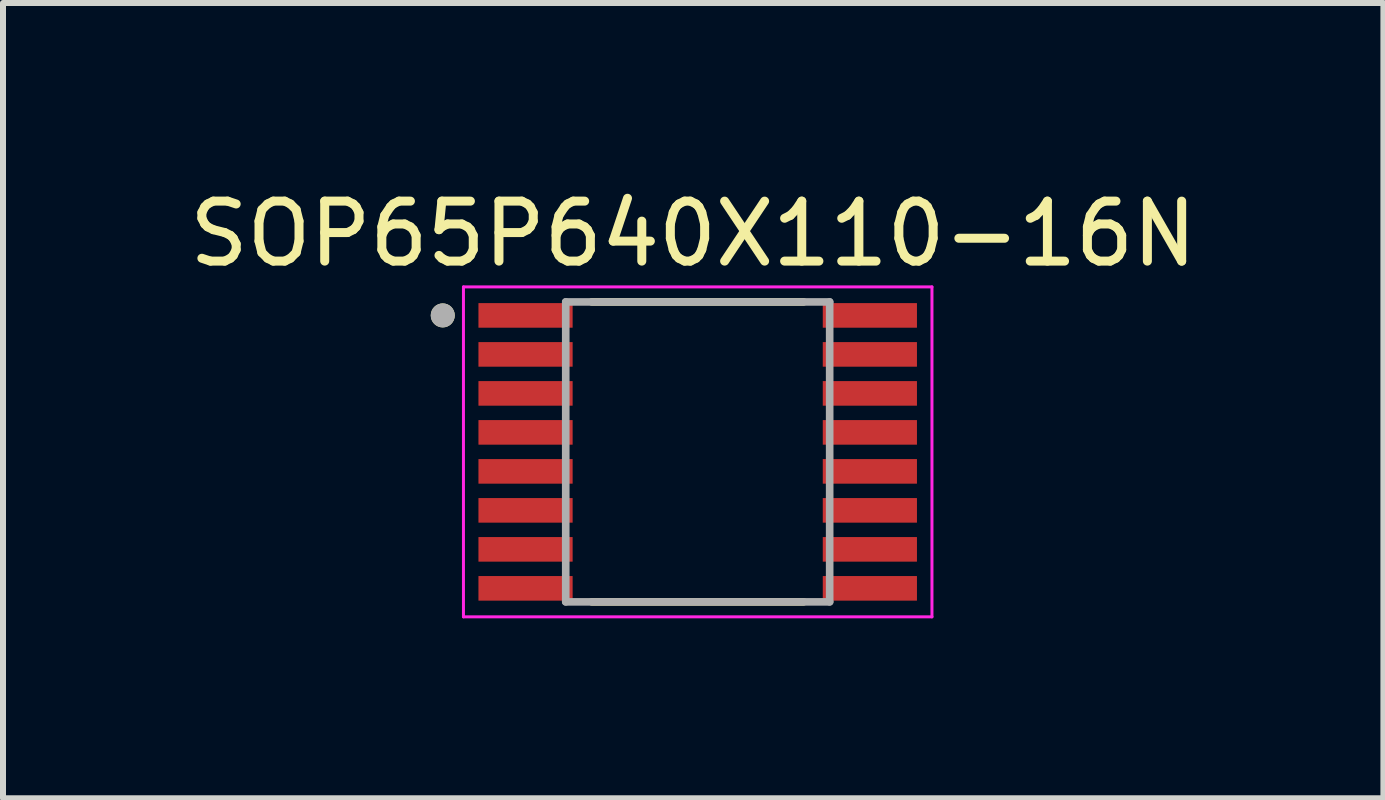
<source format=kicad_pcb>
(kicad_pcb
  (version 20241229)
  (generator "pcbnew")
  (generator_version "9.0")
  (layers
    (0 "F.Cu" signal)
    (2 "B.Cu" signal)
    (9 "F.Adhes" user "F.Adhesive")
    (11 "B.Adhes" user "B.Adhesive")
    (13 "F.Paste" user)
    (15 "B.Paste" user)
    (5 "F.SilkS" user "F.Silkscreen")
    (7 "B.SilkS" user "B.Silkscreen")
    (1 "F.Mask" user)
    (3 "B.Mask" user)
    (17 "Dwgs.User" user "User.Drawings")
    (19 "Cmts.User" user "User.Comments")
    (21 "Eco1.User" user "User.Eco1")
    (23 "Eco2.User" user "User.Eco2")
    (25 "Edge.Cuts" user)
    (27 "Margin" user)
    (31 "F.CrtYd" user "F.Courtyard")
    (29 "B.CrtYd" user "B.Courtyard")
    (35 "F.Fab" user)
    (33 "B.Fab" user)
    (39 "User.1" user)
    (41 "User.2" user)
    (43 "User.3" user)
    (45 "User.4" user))
  (footprint "SOP65P640X110-16N"
    (layer "F.Cu")
    (at 8.581 4.483)
    (property "Reference" "SOP65P640X110-16N" (at -0.075 -3.635 0) (layer "F.SilkS") (effects (font (size 1 1) (thickness 0.15))))
    (attr smd)
    (fp_line (start -1.765 -2.5) (end 1.765 -2.5) (stroke (width 0.127) (type solid)) (layer "F.SilkS"))
    (fp_line (start -1.765 2.5) (end 1.765 2.5) (stroke (width 0.127) (type solid)) (layer "F.SilkS"))
    (fp_circle (center -4.25 -2.275) (end -4.15 -2.275) (stroke (width 0.2) (type solid)) (fill no) (layer "F.SilkS"))
    (fp_line (start -3.905 -2.75) (end 3.905 -2.75) (stroke (width 0.05) (type solid)) (layer "F.CrtYd"))
    (fp_line (start -3.905 2.75) (end -3.905 -2.75) (stroke (width 0.05) (type solid)) (layer "F.CrtYd"))
    (fp_line (start 3.905 -2.75) (end 3.905 2.75) (stroke (width 0.05) (type solid)) (layer "F.CrtYd"))
    (fp_line (start 3.905 2.75) (end -3.905 2.75) (stroke (width 0.05) (type solid)) (layer "F.CrtYd"))
    (fp_line (start -2.2 -2.5) (end 2.2 -2.5) (stroke (width 0.127) (type solid)) (layer "F.Fab"))
    (fp_line (start -2.2 2.5) (end -2.2 -2.5) (stroke (width 0.127) (type solid)) (layer "F.Fab"))
    (fp_line (start 2.2 -2.5) (end 2.2 2.5) (stroke (width 0.127) (type solid)) (layer "F.Fab"))
    (fp_line (start 2.2 2.5) (end -2.2 2.5) (stroke (width 0.127) (type solid)) (layer "F.Fab"))
    (fp_circle (center -4.25 -2.275) (end -4.15 -2.275) (stroke (width 0.2) (type solid)) (fill no) (layer "F.Fab"))
    (pad "1" smd rect (at -2.87 -2.275) (size 1.57 0.41) (layers "F.Cu" "F.Mask" "F.Paste"))
    (pad "2" smd rect (at -2.87 -1.625) (size 1.57 0.41) (layers "F.Cu" "F.Mask" "F.Paste"))
    (pad "3" smd rect (at -2.87 -0.975) (size 1.57 0.41) (layers "F.Cu" "F.Mask" "F.Paste"))
    (pad "4" smd rect (at -2.87 -0.325) (size 1.57 0.41) (layers "F.Cu" "F.Mask" "F.Paste"))
    (pad "5" smd rect (at -2.87 0.325) (size 1.57 0.41) (layers "F.Cu" "F.Mask" "F.Paste"))
    (pad "6" smd rect (at -2.87 0.975) (size 1.57 0.41) (layers "F.Cu" "F.Mask" "F.Paste"))
    (pad "7" smd rect (at -2.87 1.625) (size 1.57 0.41) (layers "F.Cu" "F.Mask" "F.Paste"))
    (pad "8" smd rect (at -2.87 2.275) (size 1.57 0.41) (layers "F.Cu" "F.Mask" "F.Paste"))
    (pad "9" smd rect (at 2.87 2.275) (size 1.57 0.41) (layers "F.Cu" "F.Mask" "F.Paste"))
    (pad "10" smd rect (at 2.87 1.625) (size 1.57 0.41) (layers "F.Cu" "F.Mask" "F.Paste"))
    (pad "11" smd rect (at 2.87 0.975) (size 1.57 0.41) (layers "F.Cu" "F.Mask" "F.Paste"))
    (pad "12" smd rect (at 2.87 0.325) (size 1.57 0.41) (layers "F.Cu" "F.Mask" "F.Paste"))
    (pad "13" smd rect (at 2.87 -0.325) (size 1.57 0.41) (layers "F.Cu" "F.Mask" "F.Paste"))
    (pad "14" smd rect (at 2.87 -0.975) (size 1.57 0.41) (layers "F.Cu" "F.Mask" "F.Paste"))
    (pad "15" smd rect (at 2.87 -1.625) (size 1.57 0.41) (layers "F.Cu" "F.Mask" "F.Paste"))
    (pad "16" smd rect (at 2.87 -2.275) (size 1.57 0.41) (layers "F.Cu" "F.Mask" "F.Paste")))
  (gr_rect
    (start -3 -3)
    (end 20.012 10.258)
    (stroke (width 0.1) (type default))
    (fill no)
    (layer "Edge.Cuts")))
</source>
